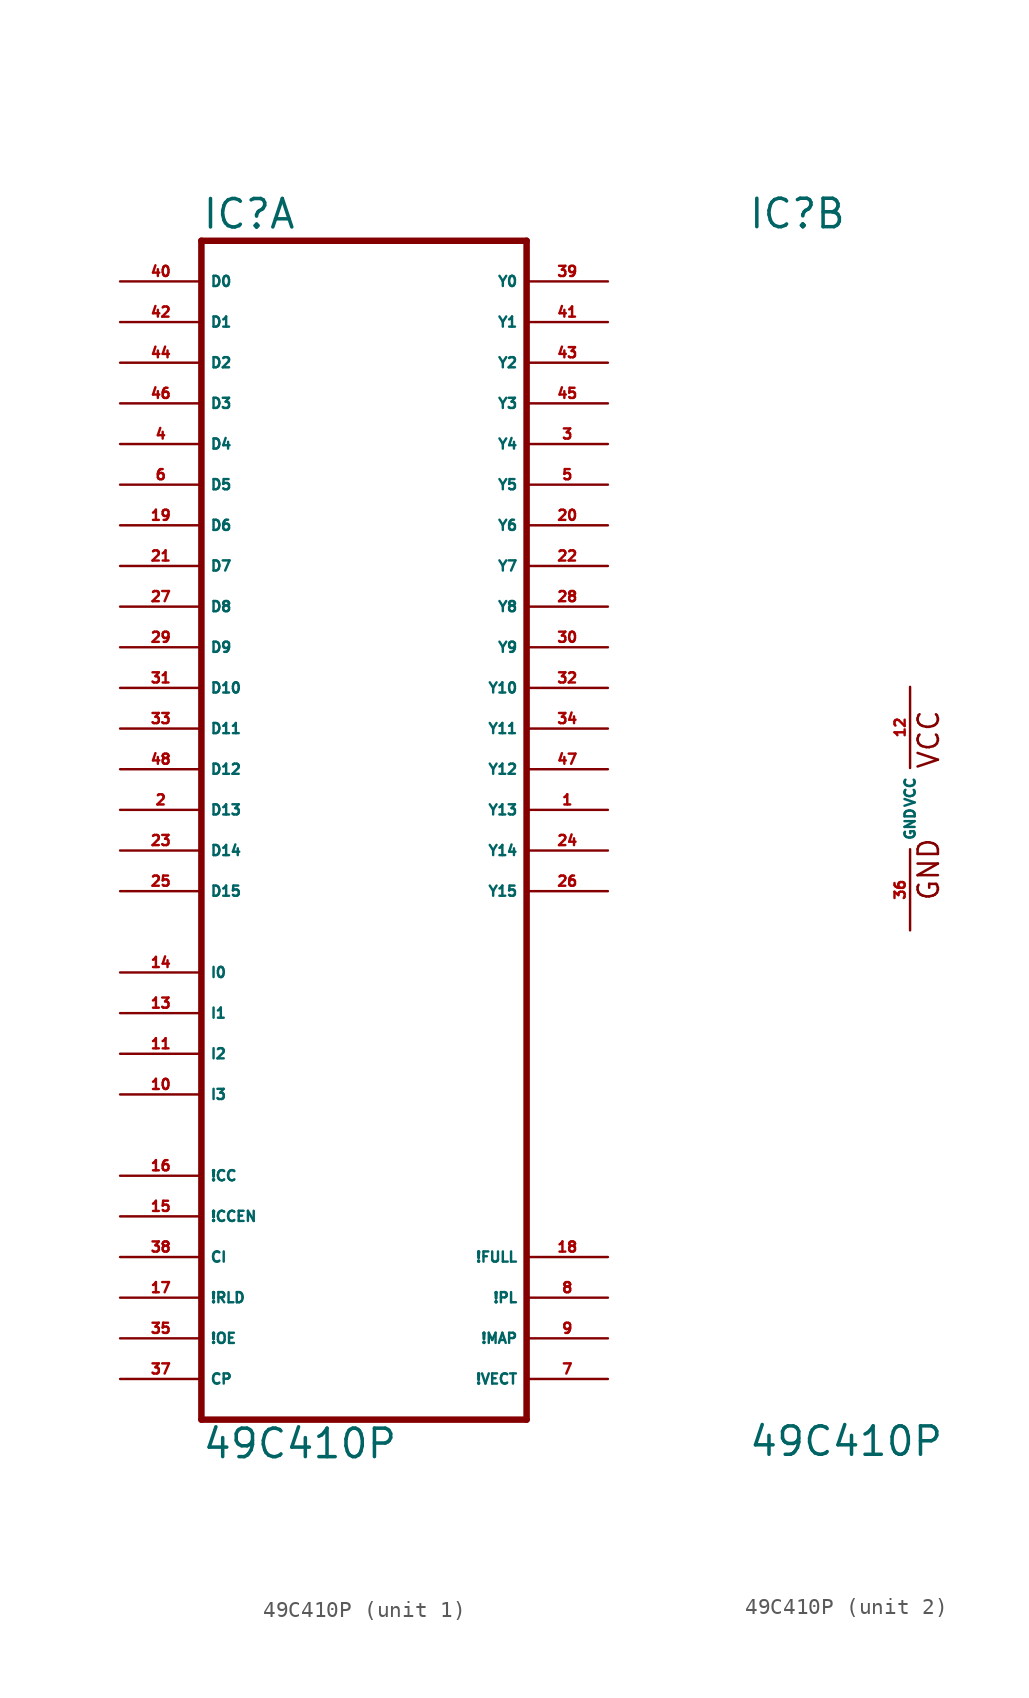
<source format=kicad_sym>
(kicad_symbol_lib
  (version 20220914)
  (generator Eagle2Kicad)
  (symbol "49C410P"
    (property "Reference" "IC"
      (at -10.16 36.195 0)
      (effects (font (size 1.778 1.778) (thickness 0.22)) (justify left bottom)))
    (property "Value" "49C410P"
      (at -10.16 -40.64 0)
      (effects (font (size 1.778 1.778) (thickness 0.22)) (justify left bottom)))
    (symbol "49C410P_1_0"
      (polyline (pts (xy -10.16 -38.1) (xy 10.16 -38.1)) (stroke (width 0.406) (type default)) (fill (type none)))
      (polyline (pts (xy 10.16 -38.1) (xy 10.16 35.56)) (stroke (width 0.406) (type default)) (fill (type none)))
      (polyline (pts (xy 10.16 35.56) (xy -10.16 35.56)) (stroke (width 0.406) (type default)) (fill (type none)))
      (polyline (pts (xy -10.16 35.56) (xy -10.16 -38.1)) (stroke (width 0.406) (type default)) (fill (type none)))
      (pin input line (at -15.24 33.02 0) (length 5.08) (name "D0" (effects (font (size 0.635 0.635) (thickness 0.08)) (justify left bottom))) (number "40" (effects (font (size 0.635 0.635) (thickness 0.08)) (justify left bottom))))
      (pin input line (at -15.24 30.48 0) (length 5.08) (name "D1" (effects (font (size 0.635 0.635) (thickness 0.08)) (justify left bottom))) (number "42" (effects (font (size 0.635 0.635) (thickness 0.08)) (justify left bottom))))
      (pin input line (at -15.24 27.94 0) (length 5.08) (name "D2" (effects (font (size 0.635 0.635) (thickness 0.08)) (justify left bottom))) (number "44" (effects (font (size 0.635 0.635) (thickness 0.08)) (justify left bottom))))
      (pin input line (at -15.24 25.4 0) (length 5.08) (name "D3" (effects (font (size 0.635 0.635) (thickness 0.08)) (justify left bottom))) (number "46" (effects (font (size 0.635 0.635) (thickness 0.08)) (justify left bottom))))
      (pin input line (at -15.24 22.86 0) (length 5.08) (name "D4" (effects (font (size 0.635 0.635) (thickness 0.08)) (justify left bottom))) (number "4" (effects (font (size 0.635 0.635) (thickness 0.08)) (justify left bottom))))
      (pin input line (at -15.24 20.32 0) (length 5.08) (name "D5" (effects (font (size 0.635 0.635) (thickness 0.08)) (justify left bottom))) (number "6" (effects (font (size 0.635 0.635) (thickness 0.08)) (justify left bottom))))
      (pin input line (at -15.24 17.78 0) (length 5.08) (name "D6" (effects (font (size 0.635 0.635) (thickness 0.08)) (justify left bottom))) (number "19" (effects (font (size 0.635 0.635) (thickness 0.08)) (justify left bottom))))
      (pin input line (at -15.24 15.24 0) (length 5.08) (name "D7" (effects (font (size 0.635 0.635) (thickness 0.08)) (justify left bottom))) (number "21" (effects (font (size 0.635 0.635) (thickness 0.08)) (justify left bottom))))
      (pin input line (at -15.24 12.7 0) (length 5.08) (name "D8" (effects (font (size 0.635 0.635) (thickness 0.08)) (justify left bottom))) (number "27" (effects (font (size 0.635 0.635) (thickness 0.08)) (justify left bottom))))
      (pin input line (at -15.24 10.16 0) (length 5.08) (name "D9" (effects (font (size 0.635 0.635) (thickness 0.08)) (justify left bottom))) (number "29" (effects (font (size 0.635 0.635) (thickness 0.08)) (justify left bottom))))
      (pin input line (at -15.24 7.62 0) (length 5.08) (name "D10" (effects (font (size 0.635 0.635) (thickness 0.08)) (justify left bottom))) (number "31" (effects (font (size 0.635 0.635) (thickness 0.08)) (justify left bottom))))
      (pin input line (at -15.24 5.08 0) (length 5.08) (name "D11" (effects (font (size 0.635 0.635) (thickness 0.08)) (justify left bottom))) (number "33" (effects (font (size 0.635 0.635) (thickness 0.08)) (justify left bottom))))
      (pin input line (at -15.24 2.54 0) (length 5.08) (name "D12" (effects (font (size 0.635 0.635) (thickness 0.08)) (justify left bottom))) (number "48" (effects (font (size 0.635 0.635) (thickness 0.08)) (justify left bottom))))
      (pin input line (at -15.24 0 0) (length 5.08) (name "D13" (effects (font (size 0.635 0.635) (thickness 0.08)) (justify left bottom))) (number "2" (effects (font (size 0.635 0.635) (thickness 0.08)) (justify left bottom))))
      (pin input line (at -15.24 -2.54 0) (length 5.08) (name "D14" (effects (font (size 0.635 0.635) (thickness 0.08)) (justify left bottom))) (number "23" (effects (font (size 0.635 0.635) (thickness 0.08)) (justify left bottom))))
      (pin input line (at -15.24 -5.08 0) (length 5.08) (name "D15" (effects (font (size 0.635 0.635) (thickness 0.08)) (justify left bottom))) (number "25" (effects (font (size 0.635 0.635) (thickness 0.08)) (justify left bottom))))
      (pin input line (at -15.24 -10.16 0) (length 5.08) (name "I0" (effects (font (size 0.635 0.635) (thickness 0.08)) (justify left bottom))) (number "14" (effects (font (size 0.635 0.635) (thickness 0.08)) (justify left bottom))))
      (pin input line (at -15.24 -12.7 0) (length 5.08) (name "I1" (effects (font (size 0.635 0.635) (thickness 0.08)) (justify left bottom))) (number "13" (effects (font (size 0.635 0.635) (thickness 0.08)) (justify left bottom))))
      (pin input line (at -15.24 -15.24 0) (length 5.08) (name "I2" (effects (font (size 0.635 0.635) (thickness 0.08)) (justify left bottom))) (number "11" (effects (font (size 0.635 0.635) (thickness 0.08)) (justify left bottom))))
      (pin input line (at -15.24 -17.78 0) (length 5.08) (name "I3" (effects (font (size 0.635 0.635) (thickness 0.08)) (justify left bottom))) (number "10" (effects (font (size 0.635 0.635) (thickness 0.08)) (justify left bottom))))
      (pin input line (at -15.24 -22.86 0) (length 5.08) (name "!CC" (effects (font (size 0.635 0.635) (thickness 0.08)) (justify left bottom))) (number "16" (effects (font (size 0.635 0.635) (thickness 0.08)) (justify left bottom))))
      (pin input line (at -15.24 -25.4 0) (length 5.08) (name "!CCEN" (effects (font (size 0.635 0.635) (thickness 0.08)) (justify left bottom))) (number "15" (effects (font (size 0.635 0.635) (thickness 0.08)) (justify left bottom))))
      (pin input line (at -15.24 -27.94 0) (length 5.08) (name "CI" (effects (font (size 0.635 0.635) (thickness 0.08)) (justify left bottom))) (number "38" (effects (font (size 0.635 0.635) (thickness 0.08)) (justify left bottom))))
      (pin input line (at -15.24 -30.48 0) (length 5.08) (name "!RLD" (effects (font (size 0.635 0.635) (thickness 0.08)) (justify left bottom))) (number "17" (effects (font (size 0.635 0.635) (thickness 0.08)) (justify left bottom))))
      (pin input line (at -15.24 -33.02 0) (length 5.08) (name "!OE" (effects (font (size 0.635 0.635) (thickness 0.08)) (justify left bottom))) (number "35" (effects (font (size 0.635 0.635) (thickness 0.08)) (justify left bottom))))
      (pin input line (at -15.24 -35.56 0) (length 5.08) (name "CP" (effects (font (size 0.635 0.635) (thickness 0.08)) (justify left bottom))) (number "37" (effects (font (size 0.635 0.635) (thickness 0.08)) (justify left bottom))))
      (pin output line (at 15.24 33.02 180) (length 5.08) (name "Y0" (effects (font (size 0.635 0.635) (thickness 0.08)) (justify left bottom))) (number "39" (effects (font (size 0.635 0.635) (thickness 0.08)) (justify left bottom))))
      (pin output line (at 15.24 30.48 180) (length 5.08) (name "Y1" (effects (font (size 0.635 0.635) (thickness 0.08)) (justify left bottom))) (number "41" (effects (font (size 0.635 0.635) (thickness 0.08)) (justify left bottom))))
      (pin output line (at 15.24 27.94 180) (length 5.08) (name "Y2" (effects (font (size 0.635 0.635) (thickness 0.08)) (justify left bottom))) (number "43" (effects (font (size 0.635 0.635) (thickness 0.08)) (justify left bottom))))
      (pin output line (at 15.24 25.4 180) (length 5.08) (name "Y3" (effects (font (size 0.635 0.635) (thickness 0.08)) (justify left bottom))) (number "45" (effects (font (size 0.635 0.635) (thickness 0.08)) (justify left bottom))))
      (pin output line (at 15.24 22.86 180) (length 5.08) (name "Y4" (effects (font (size 0.635 0.635) (thickness 0.08)) (justify left bottom))) (number "3" (effects (font (size 0.635 0.635) (thickness 0.08)) (justify left bottom))))
      (pin output line (at 15.24 20.32 180) (length 5.08) (name "Y5" (effects (font (size 0.635 0.635) (thickness 0.08)) (justify left bottom))) (number "5" (effects (font (size 0.635 0.635) (thickness 0.08)) (justify left bottom))))
      (pin output line (at 15.24 17.78 180) (length 5.08) (name "Y6" (effects (font (size 0.635 0.635) (thickness 0.08)) (justify left bottom))) (number "20" (effects (font (size 0.635 0.635) (thickness 0.08)) (justify left bottom))))
      (pin output line (at 15.24 15.24 180) (length 5.08) (name "Y7" (effects (font (size 0.635 0.635) (thickness 0.08)) (justify left bottom))) (number "22" (effects (font (size 0.635 0.635) (thickness 0.08)) (justify left bottom))))
      (pin output line (at 15.24 12.7 180) (length 5.08) (name "Y8" (effects (font (size 0.635 0.635) (thickness 0.08)) (justify left bottom))) (number "28" (effects (font (size 0.635 0.635) (thickness 0.08)) (justify left bottom))))
      (pin output line (at 15.24 10.16 180) (length 5.08) (name "Y9" (effects (font (size 0.635 0.635) (thickness 0.08)) (justify left bottom))) (number "30" (effects (font (size 0.635 0.635) (thickness 0.08)) (justify left bottom))))
      (pin output line (at 15.24 7.62 180) (length 5.08) (name "Y10" (effects (font (size 0.635 0.635) (thickness 0.08)) (justify left bottom))) (number "32" (effects (font (size 0.635 0.635) (thickness 0.08)) (justify left bottom))))
      (pin output line (at 15.24 5.08 180) (length 5.08) (name "Y11" (effects (font (size 0.635 0.635) (thickness 0.08)) (justify left bottom))) (number "34" (effects (font (size 0.635 0.635) (thickness 0.08)) (justify left bottom))))
      (pin output line (at 15.24 2.54 180) (length 5.08) (name "Y12" (effects (font (size 0.635 0.635) (thickness 0.08)) (justify left bottom))) (number "47" (effects (font (size 0.635 0.635) (thickness 0.08)) (justify left bottom))))
      (pin output line (at 15.24 0 180) (length 5.08) (name "Y13" (effects (font (size 0.635 0.635) (thickness 0.08)) (justify left bottom))) (number "1" (effects (font (size 0.635 0.635) (thickness 0.08)) (justify left bottom))))
      (pin output line (at 15.24 -2.54 180) (length 5.08) (name "Y14" (effects (font (size 0.635 0.635) (thickness 0.08)) (justify left bottom))) (number "24" (effects (font (size 0.635 0.635) (thickness 0.08)) (justify left bottom))))
      (pin output line (at 15.24 -5.08 180) (length 5.08) (name "Y15" (effects (font (size 0.635 0.635) (thickness 0.08)) (justify left bottom))) (number "26" (effects (font (size 0.635 0.635) (thickness 0.08)) (justify left bottom))))
      (pin output line (at 15.24 -27.94 180) (length 5.08) (name "!FULL" (effects (font (size 0.635 0.635) (thickness 0.08)) (justify left bottom))) (number "18" (effects (font (size 0.635 0.635) (thickness 0.08)) (justify left bottom))))
      (pin output line (at 15.24 -30.48 180) (length 5.08) (name "!PL" (effects (font (size 0.635 0.635) (thickness 0.08)) (justify left bottom))) (number "8" (effects (font (size 0.635 0.635) (thickness 0.08)) (justify left bottom))))
      (pin output line (at 15.24 -33.02 180) (length 5.08) (name "!MAP" (effects (font (size 0.635 0.635) (thickness 0.08)) (justify left bottom))) (number "9" (effects (font (size 0.635 0.635) (thickness 0.08)) (justify left bottom))))
      (pin output line (at 15.24 -35.56 180) (length 5.08) (name "!VECT" (effects (font (size 0.635 0.635) (thickness 0.08)) (justify left bottom))) (number "7" (effects (font (size 0.635 0.635) (thickness 0.08)) (justify left bottom)))))
    (symbol "49C410P_2_0"
      (text "GND" (at 1.905 -5.842 900) (effects (font (size 1.27 1.27) (thickness 0.16)) (justify left bottom)))
      (text "VCC" (at 1.905 2.413 900) (effects (font (size 1.27 1.27) (thickness 0.16)) (justify left bottom)))
      (pin unspecified line (at 0 7.62 270) (length 5.08) (name "VCC" (effects (font (size 0.635 0.635) (thickness 0.08)) (justify left bottom))) (number "12" (effects (font (size 0.635 0.635) (thickness 0.08)) (justify left bottom))))
      (pin unspecified line (at 0 -7.62 90) (length 5.08) (name "GND" (effects (font (size 0.635 0.635) (thickness 0.08)) (justify left bottom))) (number "36" (effects (font (size 0.635 0.635) (thickness 0.08)) (justify left bottom)))))))
</source>
